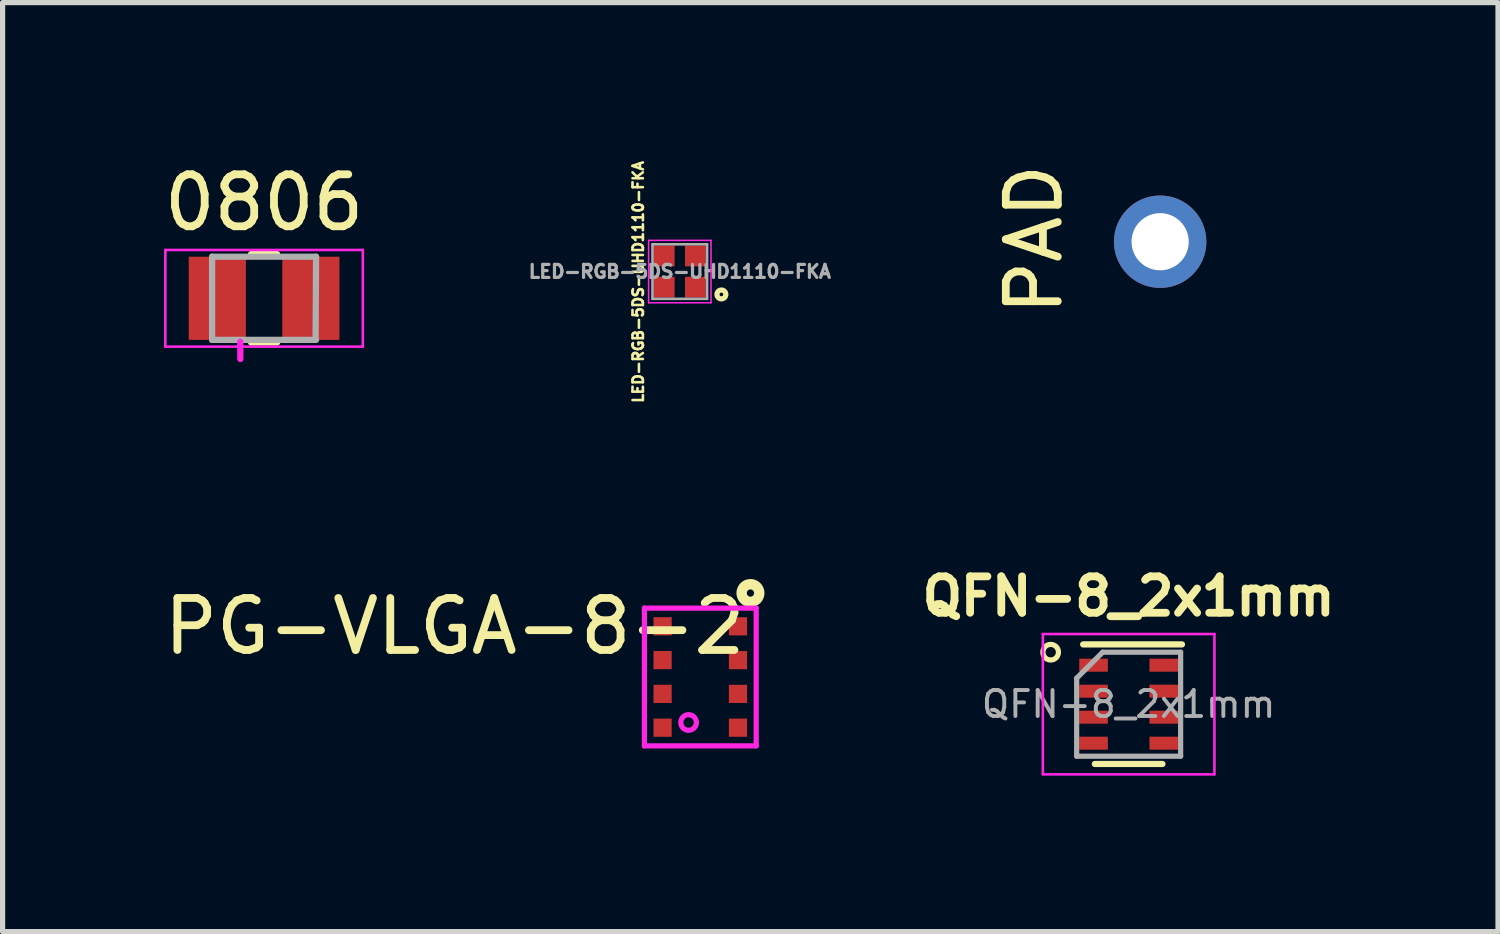
<source format=kicad_pcb>
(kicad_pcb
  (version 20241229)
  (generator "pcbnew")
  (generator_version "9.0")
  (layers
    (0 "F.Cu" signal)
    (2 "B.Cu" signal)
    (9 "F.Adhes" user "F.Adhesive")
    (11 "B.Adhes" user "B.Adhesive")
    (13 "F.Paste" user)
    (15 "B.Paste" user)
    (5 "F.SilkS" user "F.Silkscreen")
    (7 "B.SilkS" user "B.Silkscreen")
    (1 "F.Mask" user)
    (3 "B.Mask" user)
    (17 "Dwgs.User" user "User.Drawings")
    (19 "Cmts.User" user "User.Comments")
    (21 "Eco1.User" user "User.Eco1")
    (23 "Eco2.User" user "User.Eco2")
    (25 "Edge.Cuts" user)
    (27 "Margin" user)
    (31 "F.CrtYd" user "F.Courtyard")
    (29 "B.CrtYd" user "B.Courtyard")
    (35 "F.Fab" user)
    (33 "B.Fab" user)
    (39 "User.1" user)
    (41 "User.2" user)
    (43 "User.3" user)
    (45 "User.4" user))
  (footprint "LED-RGB-5DS-UHD1110-FKA"
    (layer "F.Cu")
    (at 10.027 2.174)
    (property "Reference" "LED-RGB-5DS-UHD1110-FKA" (at -0.8 0.2 270) (layer "F.SilkS") (effects (font (size 0.2 0.2) (thickness 0.05))))
    (attr smd)
    (fp_circle (center 0.8 0.44) (end 0.835 0.44) (stroke (width 0.1) (type solid)) (fill no) (layer "F.SilkS"))
    (fp_line (start -0.6 -0.6) (end 0.6 -0.6) (stroke (width 0.03) (type solid)) (layer "F.CrtYd"))
    (fp_line (start -0.6 0.6) (end -0.6 -0.6) (stroke (width 0.03) (type solid)) (layer "F.CrtYd"))
    (fp_line (start 0.6 -0.6) (end 0.6 0.6) (stroke (width 0.03) (type solid)) (layer "F.CrtYd"))
    (fp_line (start 0.6 0.6) (end -0.6 0.6) (stroke (width 0.03) (type solid)) (layer "F.CrtYd"))
    (fp_line (start -0.525 -0.525) (end 0.525 -0.525) (stroke (width 0.05) (type solid)) (layer "F.Fab"))
    (fp_line (start -0.525 0.525) (end -0.525 -0.525) (stroke (width 0.05) (type solid)) (layer "F.Fab"))
    (fp_line (start 0.525 -0.525) (end 0.525 0.525) (stroke (width 0.05) (type solid)) (layer "F.Fab"))
    (fp_line (start 0.525 0.525) (end -0.525 0.525) (stroke (width 0.05) (type solid)) (layer "F.Fab"))
    (fp_text user "${REFERENCE}" (at 0 0 0) (layer "F.Fab") (effects (font (size 0.25 0.25) (thickness 0.062))))
    (pad "1" smd rect (at 0.3 -0.3) (size 0.4 0.4) (layers "F.Cu" "F.Mask" "F.Paste"))
    (pad "2" smd rect (at -0.3 -0.3) (size 0.4 0.4) (layers "F.Cu" "F.Mask" "F.Paste"))
    (pad "3" smd rect (at -0.3 0.3) (size 0.4 0.4) (layers "F.Cu" "F.Mask" "F.Paste"))
    (pad "4" smd rect (at 0.3 0.3) (size 0.4 0.4) (layers "F.Cu" "F.Mask" "F.Paste")))
  (footprint "PG-VLGA-8-2"
    (layer "F.Cu")
    (at 9.196 7.998)
    (property "Reference" "PG-VLGA-8-2" (at -3.5 1 0) (layer "F.SilkS") (effects (font (size 1 1) (thickness 0.15))))
    (attr through_hole)
    (fp_circle (center 2.19 0.36) (end 2.26 0.36) (stroke (width 0.2) (type solid)) (fill no) (layer "F.SilkS"))
    (fp_line (start 0.15 0.65) (end 2.3 0.65) (stroke (width 0.1) (type solid)) (layer "F.CrtYd"))
    (fp_line (start 0.15 3.3) (end 0.15 0.65) (stroke (width 0.1) (type solid)) (layer "F.CrtYd"))
    (fp_line (start 2.3 0.65) (end 2.3 3.3) (stroke (width 0.1) (type solid)) (layer "F.CrtYd"))
    (fp_line (start 2.3 3.3) (end 0.15 3.3) (stroke (width 0.1) (type solid)) (layer "F.CrtYd"))
    (fp_circle (center 1 2.85) (end 1.15 2.85) (stroke (width 0.1) (type solid)) (fill no) (layer "F.CrtYd"))
    (pad "1" smd rect (at 1.95 1) (size 0.35 0.35) (layers "F.Cu" "F.Mask" "F.Paste"))
    (pad "2" smd rect (at 1.95 1.65) (size 0.35 0.35) (layers "F.Cu" "F.Mask" "F.Paste"))
    (pad "3" smd rect (at 1.95 2.3) (size 0.35 0.35) (layers "F.Cu" "F.Mask" "F.Paste"))
    (pad "4" smd rect (at 1.95 2.95) (size 0.35 0.35) (layers "F.Cu" "F.Mask" "F.Paste"))
    (pad "5" smd rect (at 0.5 2.95) (size 0.35 0.35) (layers "F.Cu" "F.Mask" "F.Paste"))
    (pad "6" smd rect (at 0.5 2.3) (size 0.35 0.35) (layers "F.Cu" "F.Mask" "F.Paste"))
    (pad "7" smd rect (at 0.5 1.65) (size 0.35 0.35) (layers "F.Cu" "F.Mask" "F.Paste"))
    (pad "8" smd rect (at 0.5 1) (size 0.35 0.35) (layers "F.Cu" "F.Mask" "F.Paste")))
  (footprint "QFN-8_2x1mm"
    (layer "F.Cu")
    (at 18.661 10.496)
    (property "Reference" "QFN-8_2x1mm" (at 0 -2.075 0) (layer "F.SilkS") (effects (font (size 0.7 0.7) (thickness 0.15))))
    (attr smd)
    (fp_line (start -0.875 -1.15) (end 1.025 -1.15) (stroke (width 0.12) (type solid)) (layer "F.SilkS"))
    (fp_line (start -0.65 1.15) (end 0.65 1.15) (stroke (width 0.12) (type solid)) (layer "F.SilkS"))
    (fp_circle (center -1.5 -1) (end -1.35 -1) (stroke (width 0.1) (type solid)) (fill no) (layer "F.SilkS"))
    (fp_line (start -1.65 -1.35) (end -1.65 1.35) (stroke (width 0.05) (type solid)) (layer "F.CrtYd"))
    (fp_line (start -1.65 -1.35) (end 1.65 -1.35) (stroke (width 0.05) (type solid)) (layer "F.CrtYd"))
    (fp_line (start -1.65 1.35) (end 1.65 1.35) (stroke (width 0.05) (type solid)) (layer "F.CrtYd"))
    (fp_line (start 1.65 -1.35) (end 1.65 1.35) (stroke (width 0.05) (type solid)) (layer "F.CrtYd"))
    (fp_line (start -1 -0.5) (end -0.5 -1) (stroke (width 0.1) (type solid)) (layer "F.Fab"))
    (fp_line (start -1 1) (end -1 -0.5) (stroke (width 0.1) (type solid)) (layer "F.Fab"))
    (fp_line (start -0.5 -1) (end 1 -1) (stroke (width 0.1) (type solid)) (layer "F.Fab"))
    (fp_line (start 1 -1) (end 1 1) (stroke (width 0.1) (type solid)) (layer "F.Fab"))
    (fp_line (start 1 1) (end -1 1) (stroke (width 0.1) (type solid)) (layer "F.Fab"))
    (fp_text user "${REFERENCE}" (at 0 0 0) (layer "F.Fab") (effects (font (size 0.5 0.5) (thickness 0.075))))
    (pad "1" smd rect (at -0.675 -0.75) (size 0.55 0.25) (layers "F.Cu" "F.Mask" "F.Paste"))
    (pad "2" smd rect (at -0.675 -0.25) (size 0.55 0.25) (layers "F.Cu" "F.Mask" "F.Paste"))
    (pad "3" smd rect (at -0.675 0.25) (size 0.55 0.25) (layers "F.Cu" "F.Mask" "F.Paste"))
    (pad "4" smd rect (at -0.675 0.75) (size 0.55 0.25) (layers "F.Cu" "F.Mask" "F.Paste"))
    (pad "5" smd rect (at 0.675 0.75) (size 0.55 0.25) (layers "F.Cu" "F.Mask" "F.Paste"))
    (pad "6" smd rect (at 0.675 0.25) (size 0.55 0.25) (layers "F.Cu" "F.Mask" "F.Paste"))
    (pad "7" smd rect (at 0.675 -0.25) (size 0.55 0.25) (layers "F.Cu" "F.Mask" "F.Paste"))
    (pad "8" smd rect (at 0.675 -0.75) (size 0.55 0.25) (layers "F.Cu" "F.Mask" "F.Paste")))
  (footprint "PAD"
    (layer "F.Cu")
    (at 19.253 1.624)
    (property "Reference" "PAD" (at -2.41 -0.07 90) (layer "F.SilkS") (effects (font (size 1 1) (thickness 0.15))))
    (attr through_hole)
    (fp_poly (pts (xy -0.24 0.23) (xy 0.268 0.23) (xy 0.268 -0.278) (xy -0.24 -0.278)) (stroke (width 0.1) (type solid)) (fill no) (layer "F.Fab"))
    (pad "0" thru_hole circle (at 0.014 -0.024 90) (size 1.778 1.778) (drill 1.1) (layers "*.Cu" "*.Mask")))
  (footprint "0806"
    (layer "F.Cu")
    (at 2.03 2.688)
    (property "Reference" "0806" (at 0 -1.84 0) (layer "F.SilkS") (effects (font (size 1 1) (thickness 0.15))))
    (attr smd)
    (fp_line (start -0.25 -0.85) (end 0.25 -0.85) (stroke (width 0.12) (type solid)) (layer "F.SilkS"))
    (fp_line (start -0.25 0.85) (end 0.25 0.85) (stroke (width 0.12) (type solid)) (layer "F.SilkS"))
    (fp_line (start -1.9 -0.93) (end 1.9 -0.93) (stroke (width 0.05) (type solid)) (layer "F.CrtYd"))
    (fp_line (start -1.9 0.93) (end -1.9 -0.93) (stroke (width 0.05) (type solid)) (layer "F.CrtYd"))
    (fp_line (start -1.9 0.93) (end 1.9 0.93) (stroke (width 0.05) (type solid)) (layer "F.CrtYd"))
    (fp_line (start -0.457 0.838) (end -0.457 1.168) (stroke (width 0.12) (type solid)) (layer "F.CrtYd"))
    (fp_line (start 1.9 0.93) (end 1.9 -0.93) (stroke (width 0.05) (type solid)) (layer "F.CrtYd"))
    (fp_line (start -1 -0.8) (end -1 0.8) (stroke (width 0.12) (type solid)) (layer "F.Fab"))
    (fp_line (start -1 -0.8) (end 1 -0.8) (stroke (width 0.12) (type solid)) (layer "F.Fab"))
    (fp_line (start -1 0.8) (end 1 0.8) (stroke (width 0.12) (type solid)) (layer "F.Fab"))
    (fp_line (start 1 -0.8) (end 0.991 0.787) (stroke (width 0.12) (type solid)) (layer "F.Fab"))
    (pad "1" smd rect (at -0.9 0) (size 1.1 1.6) (layers "F.Cu" "F.Mask" "F.Paste"))
    (pad "2" smd rect (at 0.9 0) (size 1.1 1.6) (layers "F.Cu" "F.Mask" "F.Paste")))
  (gr_rect
    (start -3 -3)
    (end 25.766 14.871)
    (stroke (width 0.1) (type default))
    (fill no)
    (layer "Edge.Cuts")))
</source>
